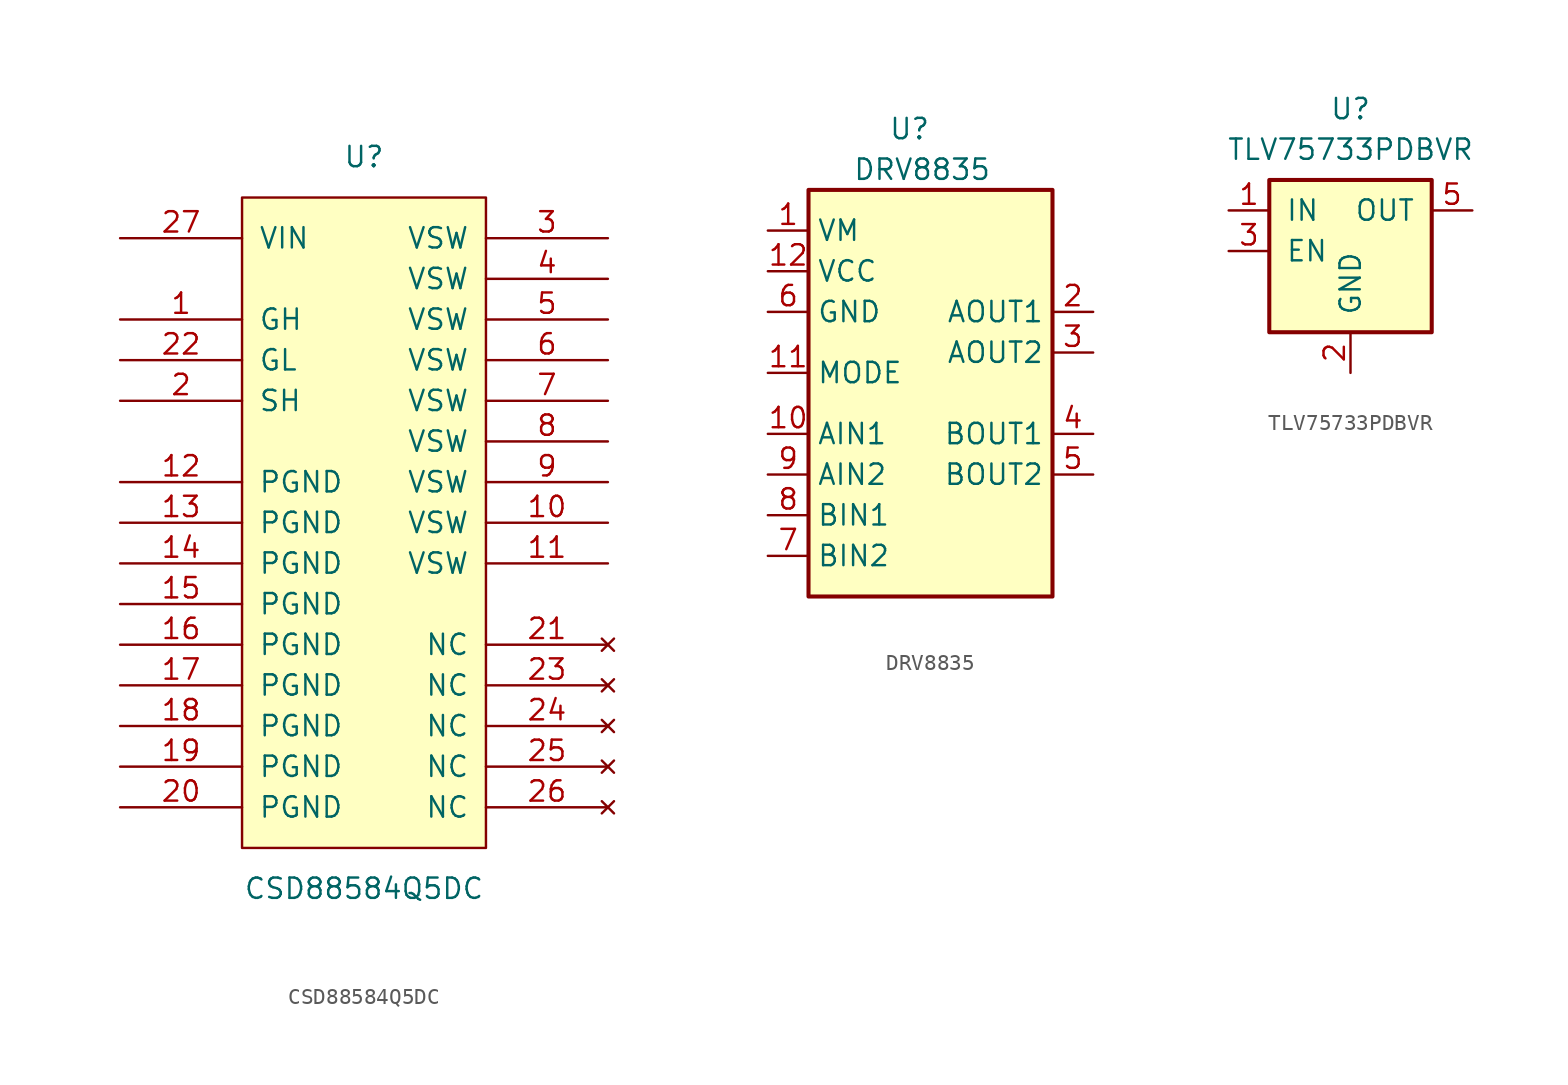
<source format=kicad_sym>
(kicad_symbol_lib
  (version 20220914)
  (generator kicad_symbol_editor)
  (symbol "CSD88584Q5DC"
    (pin_names
      (offset 1.016))
    (property "Reference" "U"
      (at 0 22.86 0)
      (effects (font (size 1.27 1.27))))
    (property "Value" "CSD88584Q5DC"
      (at 0 -22.86 0)
      (effects (font (size 1.27 1.27))))
    (symbol "CSD88584Q5DC_0_1"
      (rectangle (start -7.62 20.32) (end 7.62 -20.32) (stroke (width 0) (type solid)) (fill (type background))))
    (symbol "CSD88584Q5DC_1_1"
      (pin input line (at -15.24 12.7 0) (length 7.62) (name "GH" (effects (font (size 1.27 1.27)))) (number "1" (effects (font (size 1.27 1.27)))))
      (pin power_in line (at 15.24 0 180) (length 7.62) (name "VSW" (effects (font (size 1.27 1.27)))) (number "10" (effects (font (size 1.27 1.27)))))
      (pin power_in line (at 15.24 -2.54 180) (length 7.62) (name "VSW" (effects (font (size 1.27 1.27)))) (number "11" (effects (font (size 1.27 1.27)))))
      (pin power_in line (at -15.24 2.54 0) (length 7.62) (name "PGND" (effects (font (size 1.27 1.27)))) (number "12" (effects (font (size 1.27 1.27)))))
      (pin power_in line (at -15.24 0 0) (length 7.62) (name "PGND" (effects (font (size 1.27 1.27)))) (number "13" (effects (font (size 1.27 1.27)))))
      (pin power_in line (at -15.24 -2.54 0) (length 7.62) (name "PGND" (effects (font (size 1.27 1.27)))) (number "14" (effects (font (size 1.27 1.27)))))
      (pin power_in line (at -15.24 -5.08 0) (length 7.62) (name "PGND" (effects (font (size 1.27 1.27)))) (number "15" (effects (font (size 1.27 1.27)))))
      (pin power_in line (at -15.24 -7.62 0) (length 7.62) (name "PGND" (effects (font (size 1.27 1.27)))) (number "16" (effects (font (size 1.27 1.27)))))
      (pin power_in line (at -15.24 -10.16 0) (length 7.62) (name "PGND" (effects (font (size 1.27 1.27)))) (number "17" (effects (font (size 1.27 1.27)))))
      (pin power_in line (at -15.24 -12.7 0) (length 7.62) (name "PGND" (effects (font (size 1.27 1.27)))) (number "18" (effects (font (size 1.27 1.27)))))
      (pin power_in line (at -15.24 -15.24 0) (length 7.62) (name "PGND" (effects (font (size 1.27 1.27)))) (number "19" (effects (font (size 1.27 1.27)))))
      (pin input line (at -15.24 7.62 0) (length 7.62) (name "SH" (effects (font (size 1.27 1.27)))) (number "2" (effects (font (size 1.27 1.27)))))
      (pin power_in line (at -15.24 -17.78 0) (length 7.62) (name "PGND" (effects (font (size 1.27 1.27)))) (number "20" (effects (font (size 1.27 1.27)))))
      (pin no_connect line (at 15.24 -7.62 180) (length 7.62) (name "NC" (effects (font (size 1.27 1.27)))) (number "21" (effects (font (size 1.27 1.27)))))
      (pin input line (at -15.24 10.16 0) (length 7.62) (name "GL" (effects (font (size 1.27 1.27)))) (number "22" (effects (font (size 1.27 1.27)))))
      (pin no_connect line (at 15.24 -10.16 180) (length 7.62) (name "NC" (effects (font (size 1.27 1.27)))) (number "23" (effects (font (size 1.27 1.27)))))
      (pin no_connect line (at 15.24 -12.7 180) (length 7.62) (name "NC" (effects (font (size 1.27 1.27)))) (number "24" (effects (font (size 1.27 1.27)))))
      (pin no_connect line (at 15.24 -15.24 180) (length 7.62) (name "NC" (effects (font (size 1.27 1.27)))) (number "25" (effects (font (size 1.27 1.27)))))
      (pin no_connect line (at 15.24 -17.78 180) (length 7.62) (name "NC" (effects (font (size 1.27 1.27)))) (number "26" (effects (font (size 1.27 1.27)))))
      (pin power_in line (at -15.24 17.78 0) (length 7.62) (name "VIN" (effects (font (size 1.27 1.27)))) (number "27" (effects (font (size 1.27 1.27)))))
      (pin power_in line (at 15.24 17.78 180) (length 7.62) (name "VSW" (effects (font (size 1.27 1.27)))) (number "3" (effects (font (size 1.27 1.27)))))
      (pin power_in line (at 15.24 15.24 180) (length 7.62) (name "VSW" (effects (font (size 1.27 1.27)))) (number "4" (effects (font (size 1.27 1.27)))))
      (pin power_in line (at 15.24 12.7 180) (length 7.62) (name "VSW" (effects (font (size 1.27 1.27)))) (number "5" (effects (font (size 1.27 1.27)))))
      (pin power_in line (at 15.24 10.16 180) (length 7.62) (name "VSW" (effects (font (size 1.27 1.27)))) (number "6" (effects (font (size 1.27 1.27)))))
      (pin power_in line (at 15.24 7.62 180) (length 7.62) (name "VSW" (effects (font (size 1.27 1.27)))) (number "7" (effects (font (size 1.27 1.27)))))
      (pin power_in line (at 15.24 5.08 180) (length 7.62) (name "VSW" (effects (font (size 1.27 1.27)))) (number "8" (effects (font (size 1.27 1.27)))))
      (pin power_in line (at 15.24 2.54 180) (length 7.62) (name "VSW" (effects (font (size 1.27 1.27)))) (number "9" (effects (font (size 1.27 1.27)))))))
  (symbol "DRV8835"
    (property "Reference" "U"
      (at 0 16.51 0)
      (effects (font (size 1.27 1.27)) (justify right)))
    (property "Value" "DRV8835"
      (at 3.81 13.97 0)
      (effects (font (size 1.27 1.27)) (justify right)))
    (symbol "DRV8835_0_1"
      (rectangle (start -7.62 12.7) (end 7.62 -12.7) (stroke (width 0.254) (type solid)) (fill (type background))))
    (symbol "DRV8835_1_1"
      (pin power_in line (at -10.16 10.16 0) (length 2.54) (name "VM" (effects (font (size 1.27 1.27)))) (number "1" (effects (font (size 1.27 1.27)))))
      (pin input line (at -10.16 -2.54 0) (length 2.54) (name "AIN1" (effects (font (size 1.27 1.27)))) (number "10" (effects (font (size 1.27 1.27)))))
      (pin input line (at -10.16 1.27 0) (length 2.54) (name "MODE" (effects (font (size 1.27 1.27)))) (number "11" (effects (font (size 1.27 1.27)))))
      (pin power_in line (at -10.16 7.62 0) (length 2.54) (name "VCC" (effects (font (size 1.27 1.27)))) (number "12" (effects (font (size 1.27 1.27)))))
      (pin output line (at 10.16 5.08 180) (length 2.54) (name "AOUT1" (effects (font (size 1.27 1.27)))) (number "2" (effects (font (size 1.27 1.27)))))
      (pin output line (at 10.16 2.54 180) (length 2.54) (name "AOUT2" (effects (font (size 1.27 1.27)))) (number "3" (effects (font (size 1.27 1.27)))))
      (pin output line (at 10.16 -2.54 180) (length 2.54) (name "BOUT1" (effects (font (size 1.27 1.27)))) (number "4" (effects (font (size 1.27 1.27)))))
      (pin output line (at 10.16 -5.08 180) (length 2.54) (name "BOUT2" (effects (font (size 1.27 1.27)))) (number "5" (effects (font (size 1.27 1.27)))))
      (pin power_in line (at -10.16 5.08 0) (length 2.54) (name "GND" (effects (font (size 1.27 1.27)))) (number "6" (effects (font (size 1.27 1.27)))))
      (pin input line (at -10.16 -10.16 0) (length 2.54) (name "BIN2" (effects (font (size 1.27 1.27)))) (number "7" (effects (font (size 1.27 1.27)))))
      (pin input line (at -10.16 -7.62 0) (length 2.54) (name "BIN1" (effects (font (size 1.27 1.27)))) (number "8" (effects (font (size 1.27 1.27)))))
      (pin input line (at -10.16 -5.08 0) (length 2.54) (name "AIN2" (effects (font (size 1.27 1.27)))) (number "9" (effects (font (size 1.27 1.27)))))))
  (symbol "TLV75733PDBVR"
    (pin_names
      (offset 1.016))
    (property "Reference" "U"
      (at 0 8.89 0)
      (effects (font (size 1.27 1.27))))
    (property "Value" "TLV75733PDBVR"
      (at 0 6.35 0)
      (effects (font (size 1.27 1.27))))
    (symbol "TLV75733PDBVR_1_1"
      (rectangle (start -5.08 4.445) (end 5.08 -5.08) (stroke (width 0.254) (type solid)) (fill (type background)))
      (pin power_in line (at -7.62 2.54 0) (length 2.54) (name "IN" (effects (font (size 1.27 1.27)))) (number "1" (effects (font (size 1.27 1.27)))))
      (pin power_in line (at 0 -7.62 90) (length 2.54) (name "GND" (effects (font (size 1.27 1.27)))) (number "2" (effects (font (size 1.27 1.27)))))
      (pin input line (at -7.62 0 0) (length 2.54) (name "EN" (effects (font (size 1.27 1.27)))) (number "3" (effects (font (size 1.27 1.27)))))
      (pin no_connect line (at 7.62 0 180) (length 2.54) hide (name "NC" (effects (font (size 1.27 1.27)))) (number "4" (effects (font (size 1.27 1.27)))))
      (pin power_out line (at 7.62 2.54 180) (length 2.54) (name "OUT" (effects (font (size 1.27 1.27)))) (number "5" (effects (font (size 1.27 1.27))))))))
</source>
